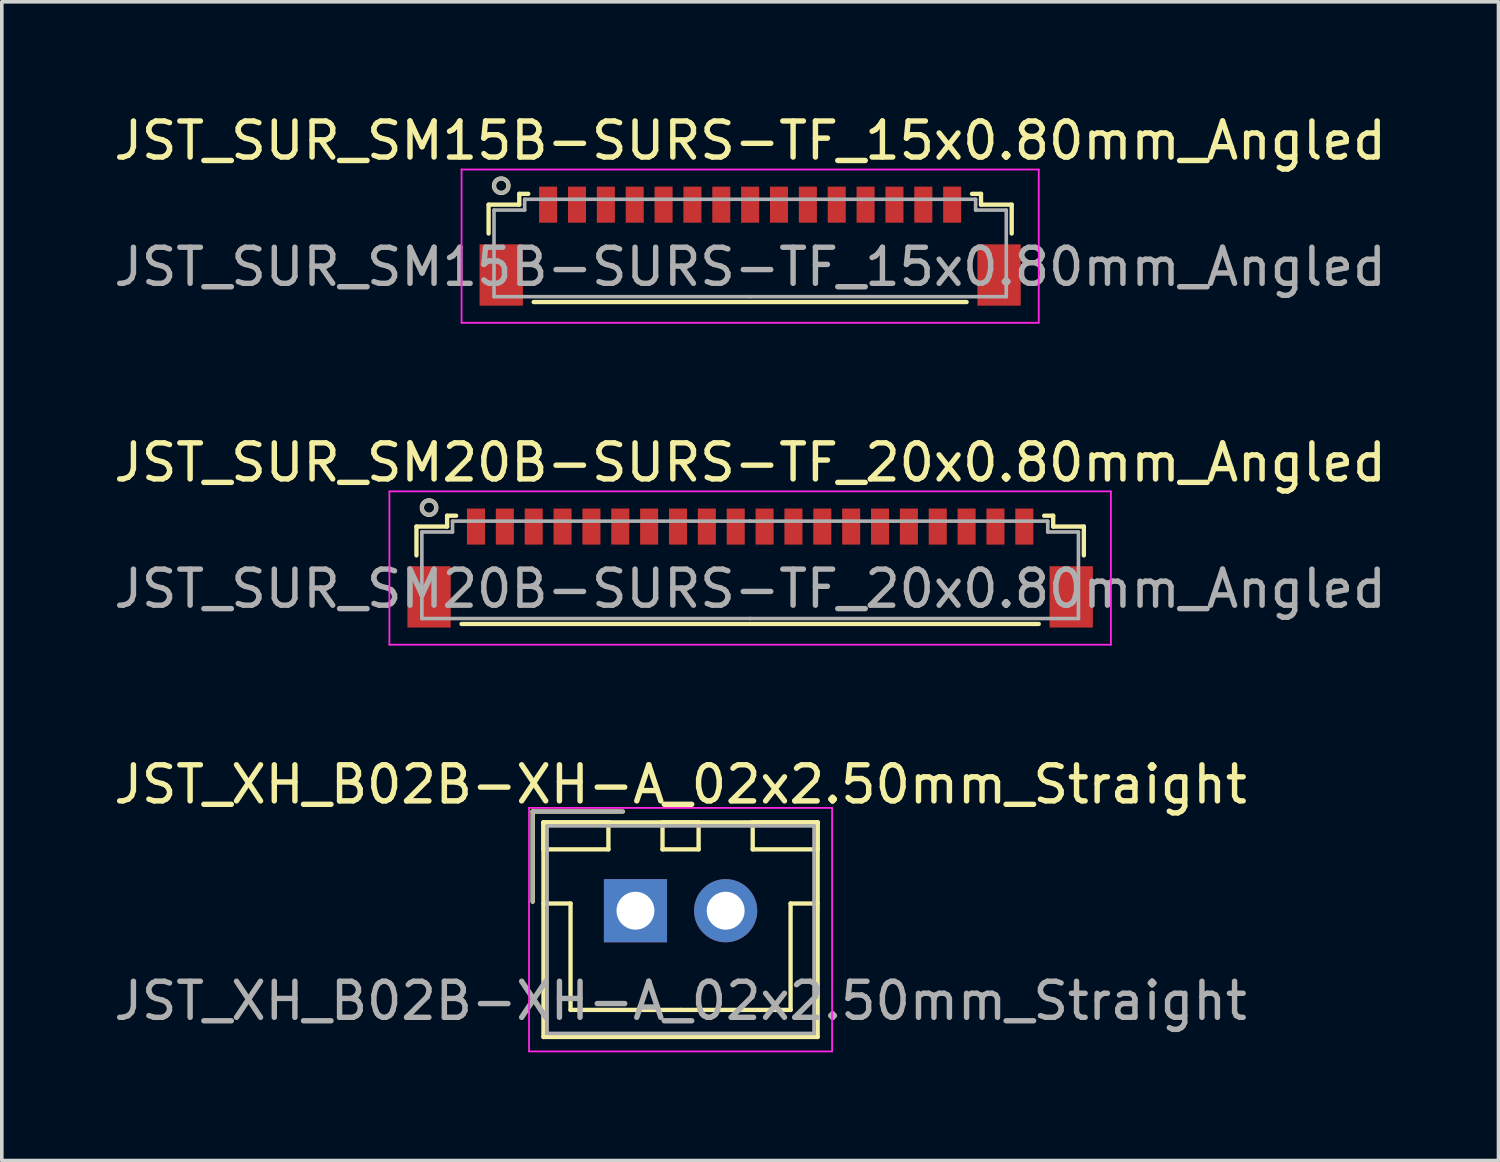
<source format=kicad_pcb>
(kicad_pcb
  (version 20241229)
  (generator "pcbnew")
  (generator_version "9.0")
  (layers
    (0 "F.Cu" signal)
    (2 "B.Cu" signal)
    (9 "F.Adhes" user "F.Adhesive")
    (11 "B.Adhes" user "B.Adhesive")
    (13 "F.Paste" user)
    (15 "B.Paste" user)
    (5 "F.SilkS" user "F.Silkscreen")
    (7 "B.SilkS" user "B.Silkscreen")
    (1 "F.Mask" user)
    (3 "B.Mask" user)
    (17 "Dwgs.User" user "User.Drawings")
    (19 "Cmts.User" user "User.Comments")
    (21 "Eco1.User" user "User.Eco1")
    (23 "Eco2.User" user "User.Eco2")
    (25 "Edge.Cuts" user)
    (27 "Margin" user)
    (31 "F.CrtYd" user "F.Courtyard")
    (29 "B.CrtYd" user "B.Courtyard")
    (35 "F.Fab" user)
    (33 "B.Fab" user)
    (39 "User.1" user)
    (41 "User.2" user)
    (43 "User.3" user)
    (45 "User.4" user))
  (footprint "JST_SUR_SM20B-SURS-TF_20x0.80mm_Angled"
    (layer "F.Cu")
    (at 17.744 12.521)
    (property "Reference" "JST_SUR_SM20B-SURS-TF_20x0.80mm_Angled" (at 0 -2.75 0) (layer "F.SilkS") (effects (font (size 1 1) (thickness 0.15))))
    (attr smd)
    (fp_line (start -9.25 -0.975) (end -9.25 -0.175) (stroke (width 0.12) (type solid)) (layer "F.SilkS"))
    (fp_line (start -8.4 -1.275) (end -8.4 -0.975) (stroke (width 0.12) (type solid)) (layer "F.SilkS"))
    (fp_line (start -8.4 -0.975) (end -9.25 -0.975) (stroke (width 0.12) (type solid)) (layer "F.SilkS"))
    (fp_line (start -8.15 -1.275) (end -8.4 -1.275) (stroke (width 0.12) (type solid)) (layer "F.SilkS"))
    (fp_line (start -8 1.725) (end 8 1.725) (stroke (width 0.12) (type solid)) (layer "F.SilkS"))
    (fp_line (start 8.15 -1.275) (end 8.4 -1.275) (stroke (width 0.12) (type solid)) (layer "F.SilkS"))
    (fp_line (start 8.4 -1.275) (end 8.4 -0.975) (stroke (width 0.12) (type solid)) (layer "F.SilkS"))
    (fp_line (start 8.4 -0.975) (end 9.25 -0.975) (stroke (width 0.12) (type solid)) (layer "F.SilkS"))
    (fp_line (start 9.25 -0.975) (end 9.25 -0.175) (stroke (width 0.12) (type solid)) (layer "F.SilkS"))
    (fp_circle (center -8.9 -1.5) (end -8.7 -1.5) (stroke (width 0.12) (type solid)) (fill no) (layer "F.SilkS"))
    (fp_line (start -10 -1.95) (end 10 -1.95) (stroke (width 0.05) (type solid)) (layer "F.CrtYd"))
    (fp_line (start -10 2.3) (end -10 -1.95) (stroke (width 0.05) (type solid)) (layer "F.CrtYd"))
    (fp_line (start 10 -1.95) (end 10 2.3) (stroke (width 0.05) (type solid)) (layer "F.CrtYd"))
    (fp_line (start 10 2.3) (end -10 2.3) (stroke (width 0.05) (type solid)) (layer "F.CrtYd"))
    (fp_line (start -9.1 -0.825) (end -9.1 1.575) (stroke (width 0.1) (type solid)) (layer "F.Fab"))
    (fp_line (start -9.1 1.575) (end 0 1.575) (stroke (width 0.1) (type solid)) (layer "F.Fab"))
    (fp_line (start -8.25 -1.125) (end -8.25 -0.825) (stroke (width 0.1) (type solid)) (layer "F.Fab"))
    (fp_line (start -8.25 -0.825) (end -9.1 -0.825) (stroke (width 0.1) (type solid)) (layer "F.Fab"))
    (fp_line (start 0 -1.125) (end -8.25 -1.125) (stroke (width 0.1) (type solid)) (layer "F.Fab"))
    (fp_line (start 0 -1.125) (end 8.25 -1.125) (stroke (width 0.1) (type solid)) (layer "F.Fab"))
    (fp_line (start 8.25 -1.125) (end 8.25 -0.825) (stroke (width 0.1) (type solid)) (layer "F.Fab"))
    (fp_line (start 8.25 -0.825) (end 9.1 -0.825) (stroke (width 0.1) (type solid)) (layer "F.Fab"))
    (fp_line (start 9.1 -0.825) (end 9.1 1.575) (stroke (width 0.1) (type solid)) (layer "F.Fab"))
    (fp_line (start 9.1 1.575) (end 0 1.575) (stroke (width 0.1) (type solid)) (layer "F.Fab"))
    (fp_circle (center -8.9 -1.5) (end -8.7 -1.5) (stroke (width 0.1) (type solid)) (fill no) (layer "F.Fab"))
    (fp_text user "${REFERENCE}" (at 0 0.75 0) (layer "F.Fab") (effects (font (size 1 1) (thickness 0.15))))
    (pad "" smd rect (at -8.9 0.975) (size 1.2 1.7) (layers "F.Cu" "F.Mask" "F.Paste"))
    (pad "" smd rect (at 8.9 0.975) (size 1.2 1.7) (layers "F.Cu" "F.Mask" "F.Paste"))
    (pad "1" smd rect (at -7.6 -0.975) (size 0.5 1) (layers "F.Cu" "F.Mask" "F.Paste"))
    (pad "2" smd rect (at -6.8 -0.975) (size 0.5 1) (layers "F.Cu" "F.Mask" "F.Paste"))
    (pad "3" smd rect (at -6 -0.975) (size 0.5 1) (layers "F.Cu" "F.Mask" "F.Paste"))
    (pad "4" smd rect (at -5.2 -0.975) (size 0.5 1) (layers "F.Cu" "F.Mask" "F.Paste"))
    (pad "5" smd rect (at -4.4 -0.975) (size 0.5 1) (layers "F.Cu" "F.Mask" "F.Paste"))
    (pad "6" smd rect (at -3.6 -0.975) (size 0.5 1) (layers "F.Cu" "F.Mask" "F.Paste"))
    (pad "7" smd rect (at -2.8 -0.975) (size 0.5 1) (layers "F.Cu" "F.Mask" "F.Paste"))
    (pad "8" smd rect (at -2 -0.975) (size 0.5 1) (layers "F.Cu" "F.Mask" "F.Paste"))
    (pad "9" smd rect (at -1.2 -0.975) (size 0.5 1) (layers "F.Cu" "F.Mask" "F.Paste"))
    (pad "10" smd rect (at -0.4 -0.975) (size 0.5 1) (layers "F.Cu" "F.Mask" "F.Paste"))
    (pad "11" smd rect (at 0.4 -0.975) (size 0.5 1) (layers "F.Cu" "F.Mask" "F.Paste"))
    (pad "12" smd rect (at 1.2 -0.975) (size 0.5 1) (layers "F.Cu" "F.Mask" "F.Paste"))
    (pad "13" smd rect (at 2 -0.975) (size 0.5 1) (layers "F.Cu" "F.Mask" "F.Paste"))
    (pad "14" smd rect (at 2.8 -0.975) (size 0.5 1) (layers "F.Cu" "F.Mask" "F.Paste"))
    (pad "15" smd rect (at 3.6 -0.975) (size 0.5 1) (layers "F.Cu" "F.Mask" "F.Paste"))
    (pad "16" smd rect (at 4.4 -0.975) (size 0.5 1) (layers "F.Cu" "F.Mask" "F.Paste"))
    (pad "17" smd rect (at 5.2 -0.975) (size 0.5 1) (layers "F.Cu" "F.Mask" "F.Paste"))
    (pad "18" smd rect (at 6 -0.975) (size 0.5 1) (layers "F.Cu" "F.Mask" "F.Paste"))
    (pad "19" smd rect (at 6.8 -0.975) (size 0.5 1) (layers "F.Cu" "F.Mask" "F.Paste"))
    (pad "20" smd rect (at 7.6 -0.975) (size 0.5 1) (layers "F.Cu" "F.Mask" "F.Paste")))
  (footprint "JST_XH_B02B-XH-A_02x2.50mm_Straight"
    (layer "F.Cu")
    (at 14.565 22.195)
    (property "Reference" "JST_XH_B02B-XH-A_02x2.50mm_Straight" (at 1.25 -3.5 0) (layer "F.SilkS") (effects (font (size 1 1) (thickness 0.15))))
    (attr through_hole)
    (fp_line (start -2.85 -2.75) (end -2.85 -0.25) (stroke (width 0.12) (type solid)) (layer "F.SilkS"))
    (fp_line (start -2.55 -2.45) (end -2.55 -1.7) (stroke (width 0.12) (type solid)) (layer "F.SilkS"))
    (fp_line (start -2.55 -2.45) (end -2.55 3.5) (stroke (width 0.12) (type solid)) (layer "F.SilkS"))
    (fp_line (start -2.55 -1.7) (end -0.75 -1.7) (stroke (width 0.12) (type solid)) (layer "F.SilkS"))
    (fp_line (start -2.55 -0.2) (end -1.8 -0.2) (stroke (width 0.12) (type solid)) (layer "F.SilkS"))
    (fp_line (start -2.55 3.5) (end 5.05 3.5) (stroke (width 0.12) (type solid)) (layer "F.SilkS"))
    (fp_line (start -1.8 -0.2) (end -1.8 2.75) (stroke (width 0.12) (type solid)) (layer "F.SilkS"))
    (fp_line (start -1.8 2.75) (end 1.25 2.75) (stroke (width 0.12) (type solid)) (layer "F.SilkS"))
    (fp_line (start -0.75 -2.45) (end -2.55 -2.45) (stroke (width 0.12) (type solid)) (layer "F.SilkS"))
    (fp_line (start -0.75 -1.7) (end -0.75 -2.45) (stroke (width 0.12) (type solid)) (layer "F.SilkS"))
    (fp_line (start -0.35 -2.75) (end -2.85 -2.75) (stroke (width 0.12) (type solid)) (layer "F.SilkS"))
    (fp_line (start 0.75 -2.45) (end 0.75 -1.7) (stroke (width 0.12) (type solid)) (layer "F.SilkS"))
    (fp_line (start 0.75 -1.7) (end 1.75 -1.7) (stroke (width 0.12) (type solid)) (layer "F.SilkS"))
    (fp_line (start 1.75 -2.45) (end 0.75 -2.45) (stroke (width 0.12) (type solid)) (layer "F.SilkS"))
    (fp_line (start 1.75 -1.7) (end 1.75 -2.45) (stroke (width 0.12) (type solid)) (layer "F.SilkS"))
    (fp_line (start 3.25 -2.45) (end 3.25 -1.7) (stroke (width 0.12) (type solid)) (layer "F.SilkS"))
    (fp_line (start 3.25 -1.7) (end 5.05 -1.7) (stroke (width 0.12) (type solid)) (layer "F.SilkS"))
    (fp_line (start 4.3 -0.2) (end 4.3 2.75) (stroke (width 0.12) (type solid)) (layer "F.SilkS"))
    (fp_line (start 4.3 2.75) (end 1.25 2.75) (stroke (width 0.12) (type solid)) (layer "F.SilkS"))
    (fp_line (start 5.05 -2.45) (end -2.55 -2.45) (stroke (width 0.12) (type solid)) (layer "F.SilkS"))
    (fp_line (start 5.05 -2.45) (end 3.25 -2.45) (stroke (width 0.12) (type solid)) (layer "F.SilkS"))
    (fp_line (start 5.05 -1.7) (end 5.05 -2.45) (stroke (width 0.12) (type solid)) (layer "F.SilkS"))
    (fp_line (start 5.05 -0.2) (end 4.3 -0.2) (stroke (width 0.12) (type solid)) (layer "F.SilkS"))
    (fp_line (start 5.05 3.5) (end 5.05 -2.45) (stroke (width 0.12) (type solid)) (layer "F.SilkS"))
    (fp_line (start -2.95 -2.85) (end -2.95 3.9) (stroke (width 0.05) (type solid)) (layer "F.CrtYd"))
    (fp_line (start -2.95 3.9) (end 5.45 3.9) (stroke (width 0.05) (type solid)) (layer "F.CrtYd"))
    (fp_line (start 5.45 -2.85) (end -2.95 -2.85) (stroke (width 0.05) (type solid)) (layer "F.CrtYd"))
    (fp_line (start 5.45 3.9) (end 5.45 -2.85) (stroke (width 0.05) (type solid)) (layer "F.CrtYd"))
    (fp_line (start -2.85 -2.75) (end -2.85 -0.25) (stroke (width 0.1) (type solid)) (layer "F.Fab"))
    (fp_line (start -2.45 -2.35) (end -2.45 3.4) (stroke (width 0.1) (type solid)) (layer "F.Fab"))
    (fp_line (start -2.45 3.4) (end 4.95 3.4) (stroke (width 0.1) (type solid)) (layer "F.Fab"))
    (fp_line (start -0.35 -2.75) (end -2.85 -2.75) (stroke (width 0.1) (type solid)) (layer "F.Fab"))
    (fp_line (start 4.95 -2.35) (end -2.45 -2.35) (stroke (width 0.1) (type solid)) (layer "F.Fab"))
    (fp_line (start 4.95 3.4) (end 4.95 -2.35) (stroke (width 0.1) (type solid)) (layer "F.Fab"))
    (fp_text user "${REFERENCE}" (at 1.25 2.5 0) (layer "F.Fab") (effects (font (size 1 1) (thickness 0.15))))
    (pad "1" thru_hole rect (at 0 0) (size 1.75 1.75) (drill 1.05) (layers "*.Cu" "*.Mask"))
    (pad "2" thru_hole circle (at 2.5 0) (size 1.75 1.75) (drill 1.05) (layers "*.Cu" "*.Mask")))
  (footprint "JST_SUR_SM15B-SURS-TF_15x0.80mm_Angled"
    (layer "F.Cu")
    (at 17.744 3.598)
    (property "Reference" "JST_SUR_SM15B-SURS-TF_15x0.80mm_Angled" (at 0 -2.75 0) (layer "F.SilkS") (effects (font (size 1 1) (thickness 0.15))))
    (attr smd)
    (fp_line (start -7.25 -0.975) (end -7.25 -0.175) (stroke (width 0.12) (type solid)) (layer "F.SilkS"))
    (fp_line (start -6.4 -1.275) (end -6.4 -0.975) (stroke (width 0.12) (type solid)) (layer "F.SilkS"))
    (fp_line (start -6.4 -0.975) (end -7.25 -0.975) (stroke (width 0.12) (type solid)) (layer "F.SilkS"))
    (fp_line (start -6.15 -1.275) (end -6.4 -1.275) (stroke (width 0.12) (type solid)) (layer "F.SilkS"))
    (fp_line (start -6 1.725) (end 6 1.725) (stroke (width 0.12) (type solid)) (layer "F.SilkS"))
    (fp_line (start 6.15 -1.275) (end 6.4 -1.275) (stroke (width 0.12) (type solid)) (layer "F.SilkS"))
    (fp_line (start 6.4 -1.275) (end 6.4 -0.975) (stroke (width 0.12) (type solid)) (layer "F.SilkS"))
    (fp_line (start 6.4 -0.975) (end 7.25 -0.975) (stroke (width 0.12) (type solid)) (layer "F.SilkS"))
    (fp_line (start 7.25 -0.975) (end 7.25 -0.175) (stroke (width 0.12) (type solid)) (layer "F.SilkS"))
    (fp_circle (center -6.9 -1.5) (end -6.7 -1.5) (stroke (width 0.12) (type solid)) (fill no) (layer "F.SilkS"))
    (fp_line (start -8 -1.95) (end 8 -1.95) (stroke (width 0.05) (type solid)) (layer "F.CrtYd"))
    (fp_line (start -8 2.3) (end -8 -1.95) (stroke (width 0.05) (type solid)) (layer "F.CrtYd"))
    (fp_line (start 8 -1.95) (end 8 2.3) (stroke (width 0.05) (type solid)) (layer "F.CrtYd"))
    (fp_line (start 8 2.3) (end -8 2.3) (stroke (width 0.05) (type solid)) (layer "F.CrtYd"))
    (fp_line (start -7.1 -0.825) (end -7.1 1.575) (stroke (width 0.1) (type solid)) (layer "F.Fab"))
    (fp_line (start -7.1 1.575) (end 0 1.575) (stroke (width 0.1) (type solid)) (layer "F.Fab"))
    (fp_line (start -6.25 -1.125) (end -6.25 -0.825) (stroke (width 0.1) (type solid)) (layer "F.Fab"))
    (fp_line (start -6.25 -0.825) (end -7.1 -0.825) (stroke (width 0.1) (type solid)) (layer "F.Fab"))
    (fp_line (start 0 -1.125) (end -6.25 -1.125) (stroke (width 0.1) (type solid)) (layer "F.Fab"))
    (fp_line (start 0 -1.125) (end 6.25 -1.125) (stroke (width 0.1) (type solid)) (layer "F.Fab"))
    (fp_line (start 6.25 -1.125) (end 6.25 -0.825) (stroke (width 0.1) (type solid)) (layer "F.Fab"))
    (fp_line (start 6.25 -0.825) (end 7.1 -0.825) (stroke (width 0.1) (type solid)) (layer "F.Fab"))
    (fp_line (start 7.1 -0.825) (end 7.1 1.575) (stroke (width 0.1) (type solid)) (layer "F.Fab"))
    (fp_line (start 7.1 1.575) (end 0 1.575) (stroke (width 0.1) (type solid)) (layer "F.Fab"))
    (fp_circle (center -6.9 -1.5) (end -6.7 -1.5) (stroke (width 0.1) (type solid)) (fill no) (layer "F.Fab"))
    (fp_text user "${REFERENCE}" (at 0 0.75 0) (layer "F.Fab") (effects (font (size 1 1) (thickness 0.15))))
    (pad "" smd rect (at -6.9 0.975) (size 1.2 1.7) (layers "F.Cu" "F.Mask" "F.Paste"))
    (pad "" smd rect (at 6.9 0.975) (size 1.2 1.7) (layers "F.Cu" "F.Mask" "F.Paste"))
    (pad "1" smd rect (at -5.6 -0.975) (size 0.5 1) (layers "F.Cu" "F.Mask" "F.Paste"))
    (pad "2" smd rect (at -4.8 -0.975) (size 0.5 1) (layers "F.Cu" "F.Mask" "F.Paste"))
    (pad "3" smd rect (at -4 -0.975) (size 0.5 1) (layers "F.Cu" "F.Mask" "F.Paste"))
    (pad "4" smd rect (at -3.2 -0.975) (size 0.5 1) (layers "F.Cu" "F.Mask" "F.Paste"))
    (pad "5" smd rect (at -2.4 -0.975) (size 0.5 1) (layers "F.Cu" "F.Mask" "F.Paste"))
    (pad "6" smd rect (at -1.6 -0.975) (size 0.5 1) (layers "F.Cu" "F.Mask" "F.Paste"))
    (pad "7" smd rect (at -0.8 -0.975) (size 0.5 1) (layers "F.Cu" "F.Mask" "F.Paste"))
    (pad "8" smd rect (at 0 -0.975) (size 0.5 1) (layers "F.Cu" "F.Mask" "F.Paste"))
    (pad "9" smd rect (at 0.8 -0.975) (size 0.5 1) (layers "F.Cu" "F.Mask" "F.Paste"))
    (pad "10" smd rect (at 1.6 -0.975) (size 0.5 1) (layers "F.Cu" "F.Mask" "F.Paste"))
    (pad "11" smd rect (at 2.4 -0.975) (size 0.5 1) (layers "F.Cu" "F.Mask" "F.Paste"))
    (pad "12" smd rect (at 3.2 -0.975) (size 0.5 1) (layers "F.Cu" "F.Mask" "F.Paste"))
    (pad "13" smd rect (at 4 -0.975) (size 0.5 1) (layers "F.Cu" "F.Mask" "F.Paste"))
    (pad "14" smd rect (at 4.8 -0.975) (size 0.5 1) (layers "F.Cu" "F.Mask" "F.Paste"))
    (pad "15" smd rect (at 5.6 -0.975) (size 0.5 1) (layers "F.Cu" "F.Mask" "F.Paste")))
  (gr_rect
    (start -3 -3)
    (end 38.488 29.12)
    (stroke (width 0.1) (type default))
    (fill no)
    (layer "Edge.Cuts")))
</source>
